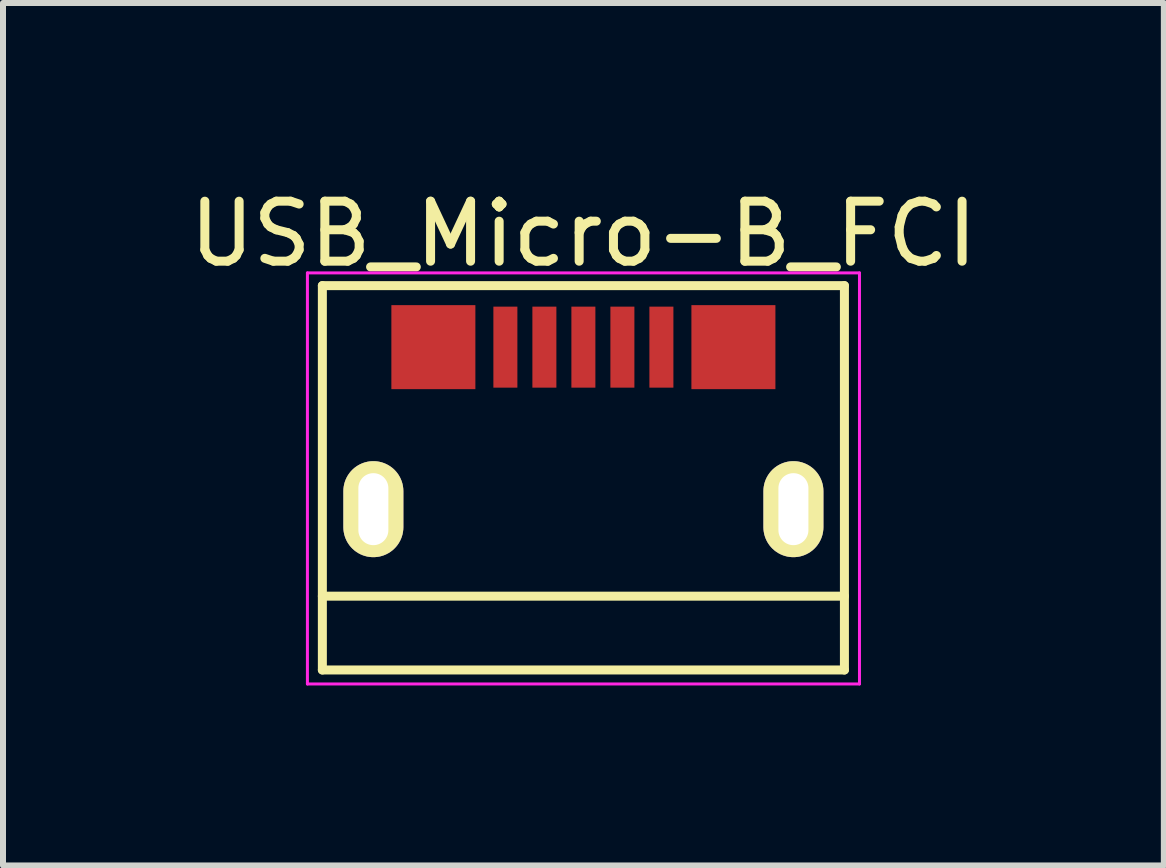
<source format=kicad_pcb>
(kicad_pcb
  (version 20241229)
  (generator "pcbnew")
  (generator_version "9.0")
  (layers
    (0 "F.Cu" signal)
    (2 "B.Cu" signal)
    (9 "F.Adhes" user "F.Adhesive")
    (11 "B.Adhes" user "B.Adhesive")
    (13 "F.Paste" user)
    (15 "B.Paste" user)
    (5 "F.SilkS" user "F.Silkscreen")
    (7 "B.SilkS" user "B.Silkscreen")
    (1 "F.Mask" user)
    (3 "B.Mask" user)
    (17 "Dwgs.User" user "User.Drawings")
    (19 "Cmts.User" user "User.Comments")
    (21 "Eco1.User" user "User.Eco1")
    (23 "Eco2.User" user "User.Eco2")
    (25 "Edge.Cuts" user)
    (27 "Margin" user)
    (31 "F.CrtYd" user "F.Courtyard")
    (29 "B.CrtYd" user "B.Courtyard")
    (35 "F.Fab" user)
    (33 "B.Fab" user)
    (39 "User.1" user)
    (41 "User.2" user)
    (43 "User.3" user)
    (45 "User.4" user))
  (footprint "USB_Micro-B_FCI"
    (layer "F.Cu")
    (at 6.673 4.298)
    (property "Reference" "USB_Micro-B_FCI" (at 0 -3.45 0) (layer "F.SilkS") (effects (font (size 1 1) (thickness 0.15))))
    (attr smd)
    (fp_line (start -4.351 -2.588) (end 4.349 -2.588) (stroke (width 0.15) (type solid)) (layer "F.SilkS"))
    (fp_line (start -4.351 3.817) (end -4.351 -2.588) (stroke (width 0.15) (type solid)) (layer "F.SilkS"))
    (fp_line (start -4.351 3.817) (end 4.349 3.817) (stroke (width 0.15) (type solid)) (layer "F.SilkS"))
    (fp_line (start 4.349 -2.588) (end 4.349 3.817) (stroke (width 0.15) (type solid)) (layer "F.SilkS"))
    (fp_line (start 4.349 2.587) (end -4.351 2.587) (stroke (width 0.15) (type solid)) (layer "F.SilkS"))
    (fp_line (start -4.6 -2.8) (end 4.6 -2.8) (stroke (width 0.05) (type solid)) (layer "F.CrtYd"))
    (fp_line (start -4.6 4.05) (end -4.6 -2.8) (stroke (width 0.05) (type solid)) (layer "F.CrtYd"))
    (fp_line (start 4.6 -2.8) (end 4.6 4.05) (stroke (width 0.05) (type solid)) (layer "F.CrtYd"))
    (fp_line (start 4.6 4.05) (end -4.6 4.05) (stroke (width 0.05) (type solid)) (layer "F.CrtYd"))
    (pad "1" smd rect (at -1.301 -1.563 90) (size 1.35 0.4) (layers "F.Cu" "F.Mask" "F.Paste"))
    (pad "2" smd rect (at -0.651 -1.563 90) (size 1.35 0.4) (layers "F.Cu" "F.Mask" "F.Paste"))
    (pad "3" smd rect (at -0.001 -1.563 90) (size 1.35 0.4) (layers "F.Cu" "F.Mask" "F.Paste"))
    (pad "4" smd rect (at 0.649 -1.563 90) (size 1.35 0.4) (layers "F.Cu" "F.Mask" "F.Paste"))
    (pad "5" smd rect (at 1.299 -1.563 90) (size 1.35 0.4) (layers "F.Cu" "F.Mask" "F.Paste"))
    (pad "6" thru_hole oval (at -3.501 1.137 90) (size 1.6 1) (drill oval 1.2 0.5) (layers "*.Cu" "*.Mask" "F.SilkS"))
    (pad "6" smd rect (at -2.501 -1.563) (size 1.4 1.4) (layers "F.Cu" "F.Mask" "F.Paste"))
    (pad "6" smd rect (at 2.499 -1.563) (size 1.4 1.4) (layers "F.Cu" "F.Mask" "F.Paste"))
    (pad "6" thru_hole oval (at 3.499 1.137 90) (size 1.6 1) (drill oval 1.2 0.5) (layers "*.Cu" "*.Mask" "F.SilkS")))
  (gr_rect
    (start -3 -3)
    (end 16.345 11.373)
    (stroke (width 0.1) (type default))
    (fill no)
    (layer "Edge.Cuts")))
</source>
